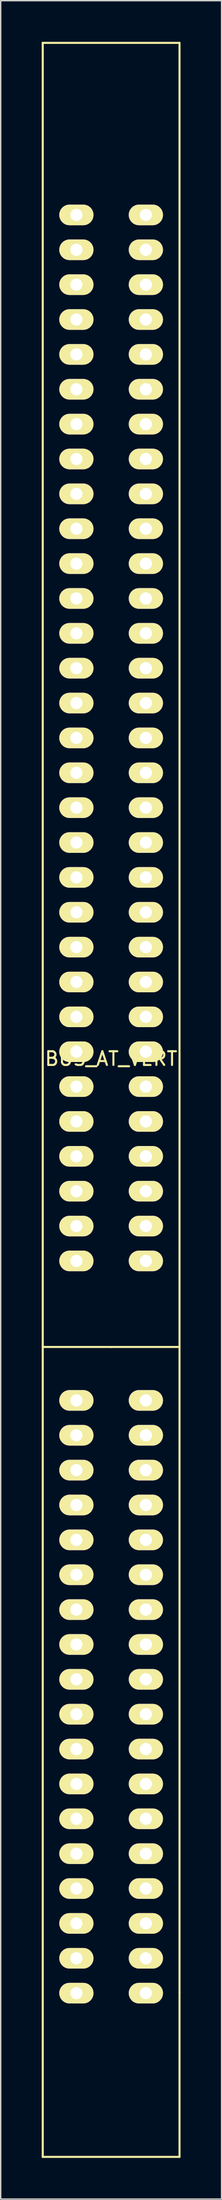
<source format=kicad_pcb>
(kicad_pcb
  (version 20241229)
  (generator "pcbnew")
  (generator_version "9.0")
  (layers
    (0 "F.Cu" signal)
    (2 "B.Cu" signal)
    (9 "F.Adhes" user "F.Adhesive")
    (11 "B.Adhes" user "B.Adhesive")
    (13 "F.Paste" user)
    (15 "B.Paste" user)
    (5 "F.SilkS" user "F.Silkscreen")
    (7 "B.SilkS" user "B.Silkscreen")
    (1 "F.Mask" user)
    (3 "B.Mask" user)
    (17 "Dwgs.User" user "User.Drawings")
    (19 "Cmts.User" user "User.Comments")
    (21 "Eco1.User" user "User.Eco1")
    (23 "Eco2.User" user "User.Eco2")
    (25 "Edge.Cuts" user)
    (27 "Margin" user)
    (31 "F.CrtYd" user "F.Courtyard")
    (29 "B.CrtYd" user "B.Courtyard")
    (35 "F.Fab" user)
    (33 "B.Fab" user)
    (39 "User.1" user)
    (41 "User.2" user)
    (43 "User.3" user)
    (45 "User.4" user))
  (footprint "BUS_AT_VERT"
    (layer "F.Cu")
    (at 5.075 74.075)
    (property "Reference" "BUS_AT_VERT" (at 0 0 0) (layer "F.SilkS") (effects (font (size 1 1) (thickness 0.15))))
    (attr through_hole)
    (fp_line (start -5 -74) (end 5 -74) (stroke (width 0.15) (type solid)) (layer "F.SilkS"))
    (fp_line (start -5 80) (end -5 -74) (stroke (width 0.15) (type solid)) (layer "F.SilkS"))
    (fp_line (start 0 21) (end -5 21) (stroke (width 0.15) (type solid)) (layer "F.SilkS"))
    (fp_line (start 0 21) (end 5 21) (stroke (width 0.15) (type solid)) (layer "F.SilkS"))
    (fp_line (start 5 -74) (end 5 68) (stroke (width 0.15) (type solid)) (layer "F.SilkS"))
    (fp_line (start 5 68) (end 5 80) (stroke (width 0.15) (type solid)) (layer "F.SilkS"))
    (fp_line (start 5 80) (end -5 80) (stroke (width 0.15) (type solid)) (layer "F.SilkS"))
    (pad "A1" thru_hole oval (at 2.54 -61.468) (size 2.5 1.5) (drill 0.89) (layers "*.Cu" "*.Mask" "F.SilkS"))
    (pad "A2" thru_hole oval (at 2.54 -58.928) (size 2.5 1.5) (drill 0.89) (layers "*.Cu" "*.Mask" "F.SilkS"))
    (pad "A3" thru_hole oval (at 2.54 -56.388) (size 2.5 1.5) (drill 0.89) (layers "*.Cu" "*.Mask" "F.SilkS"))
    (pad "A4" thru_hole oval (at 2.54 -53.848) (size 2.5 1.5) (drill 0.89) (layers "*.Cu" "*.Mask" "F.SilkS"))
    (pad "A5" thru_hole oval (at 2.54 -51.308) (size 2.5 1.5) (drill 0.89) (layers "*.Cu" "*.Mask" "F.SilkS"))
    (pad "A6" thru_hole oval (at 2.54 -48.768) (size 2.5 1.5) (drill 0.89) (layers "*.Cu" "*.Mask" "F.SilkS"))
    (pad "A7" thru_hole oval (at 2.54 -46.228) (size 2.5 1.5) (drill 0.89) (layers "*.Cu" "*.Mask" "F.SilkS"))
    (pad "A8" thru_hole oval (at 2.54 -43.688) (size 2.5 1.5) (drill 0.89) (layers "*.Cu" "*.Mask" "F.SilkS"))
    (pad "A9" thru_hole oval (at 2.54 -41.148) (size 2.5 1.5) (drill 0.89) (layers "*.Cu" "*.Mask" "F.SilkS"))
    (pad "A10" thru_hole oval (at 2.54 -38.608) (size 2.5 1.5) (drill 0.89) (layers "*.Cu" "*.Mask" "F.SilkS"))
    (pad "A11" thru_hole oval (at 2.54 -36.068) (size 2.5 1.5) (drill 0.89) (layers "*.Cu" "*.Mask" "F.SilkS"))
    (pad "A12" thru_hole oval (at 2.54 -33.528) (size 2.5 1.5) (drill 0.89) (layers "*.Cu" "*.Mask" "F.SilkS"))
    (pad "A13" thru_hole oval (at 2.54 -30.988) (size 2.5 1.5) (drill 0.89) (layers "*.Cu" "*.Mask" "F.SilkS"))
    (pad "A14" thru_hole oval (at 2.54 -28.448) (size 2.5 1.5) (drill 0.89) (layers "*.Cu" "*.Mask" "F.SilkS"))
    (pad "A15" thru_hole oval (at 2.54 -25.908) (size 2.5 1.5) (drill 0.89) (layers "*.Cu" "*.Mask" "F.SilkS"))
    (pad "A16" thru_hole oval (at 2.54 -23.368) (size 2.5 1.5) (drill 0.89) (layers "*.Cu" "*.Mask" "F.SilkS"))
    (pad "A17" thru_hole oval (at 2.54 -20.828) (size 2.5 1.5) (drill 0.89) (layers "*.Cu" "*.Mask" "F.SilkS"))
    (pad "A18" thru_hole oval (at 2.54 -18.288) (size 2.5 1.5) (drill 0.89) (layers "*.Cu" "*.Mask" "F.SilkS"))
    (pad "A19" thru_hole oval (at 2.54 -15.748) (size 2.5 1.5) (drill 0.89) (layers "*.Cu" "*.Mask" "F.SilkS"))
    (pad "A20" thru_hole oval (at 2.54 -13.208) (size 2.5 1.5) (drill 0.89) (layers "*.Cu" "*.Mask" "F.SilkS"))
    (pad "A21" thru_hole oval (at 2.54 -10.668) (size 2.5 1.5) (drill 0.89) (layers "*.Cu" "*.Mask" "F.SilkS"))
    (pad "A22" thru_hole oval (at 2.54 -8.128) (size 2.5 1.5) (drill 0.89) (layers "*.Cu" "*.Mask" "F.SilkS"))
    (pad "A23" thru_hole oval (at 2.54 -5.588) (size 2.5 1.5) (drill 0.89) (layers "*.Cu" "*.Mask" "F.SilkS"))
    (pad "A24" thru_hole oval (at 2.54 -3.048) (size 2.5 1.5) (drill 0.89) (layers "*.Cu" "*.Mask" "F.SilkS"))
    (pad "A25" thru_hole oval (at 2.54 -0.508) (size 2.5 1.5) (drill 0.89) (layers "*.Cu" "*.Mask" "F.SilkS"))
    (pad "A26" thru_hole oval (at 2.54 2.032) (size 2.5 1.5) (drill 0.89) (layers "*.Cu" "*.Mask" "F.SilkS"))
    (pad "A27" thru_hole oval (at 2.54 4.572) (size 2.5 1.5) (drill 0.89) (layers "*.Cu" "*.Mask" "F.SilkS"))
    (pad "A28" thru_hole oval (at 2.54 7.112) (size 2.5 1.5) (drill 0.89) (layers "*.Cu" "*.Mask" "F.SilkS"))
    (pad "A29" thru_hole oval (at 2.54 9.652) (size 2.5 1.5) (drill 0.89) (layers "*.Cu" "*.Mask" "F.SilkS"))
    (pad "A30" thru_hole oval (at 2.54 12.192) (size 2.5 1.5) (drill 0.89) (layers "*.Cu" "*.Mask" "F.SilkS"))
    (pad "A31" thru_hole oval (at 2.54 14.732) (size 2.5 1.5) (drill 0.89) (layers "*.Cu" "*.Mask" "F.SilkS"))
    (pad "B1" thru_hole oval (at -2.54 -61.468) (size 2.5 1.5) (drill 0.89) (layers "*.Cu" "*.Mask" "F.SilkS"))
    (pad "B2" thru_hole oval (at -2.54 -58.928) (size 2.5 1.5) (drill 0.89) (layers "*.Cu" "*.Mask" "F.SilkS"))
    (pad "B3" thru_hole oval (at -2.54 -56.388) (size 2.5 1.5) (drill 0.89) (layers "*.Cu" "*.Mask" "F.SilkS"))
    (pad "B4" thru_hole oval (at -2.54 -53.848) (size 2.5 1.5) (drill 0.89) (layers "*.Cu" "*.Mask" "F.SilkS"))
    (pad "B5" thru_hole oval (at -2.54 -51.308) (size 2.5 1.5) (drill 0.89) (layers "*.Cu" "*.Mask" "F.SilkS"))
    (pad "B6" thru_hole oval (at -2.54 -48.768) (size 2.5 1.5) (drill 0.89) (layers "*.Cu" "*.Mask" "F.SilkS"))
    (pad "B7" thru_hole oval (at -2.54 -46.228) (size 2.5 1.5) (drill 0.89) (layers "*.Cu" "*.Mask" "F.SilkS"))
    (pad "B8" thru_hole oval (at -2.54 -43.688) (size 2.5 1.5) (drill 0.89) (layers "*.Cu" "*.Mask" "F.SilkS"))
    (pad "B9" thru_hole oval (at -2.54 -41.148) (size 2.5 1.5) (drill 0.89) (layers "*.Cu" "*.Mask" "F.SilkS"))
    (pad "B10" thru_hole oval (at -2.54 -38.608) (size 2.5 1.5) (drill 0.89) (layers "*.Cu" "*.Mask" "F.SilkS"))
    (pad "B11" thru_hole oval (at -2.54 -36.068) (size 2.5 1.5) (drill 0.89) (layers "*.Cu" "*.Mask" "F.SilkS"))
    (pad "B12" thru_hole oval (at -2.54 -33.528) (size 2.5 1.5) (drill 0.89) (layers "*.Cu" "*.Mask" "F.SilkS"))
    (pad "B13" thru_hole oval (at -2.54 -30.988) (size 2.5 1.5) (drill 0.89) (layers "*.Cu" "*.Mask" "F.SilkS"))
    (pad "B14" thru_hole oval (at -2.54 -28.448) (size 2.5 1.5) (drill 0.89) (layers "*.Cu" "*.Mask" "F.SilkS"))
    (pad "B15" thru_hole oval (at -2.54 -25.908) (size 2.5 1.5) (drill 0.89) (layers "*.Cu" "*.Mask" "F.SilkS"))
    (pad "B16" thru_hole oval (at -2.54 -23.368) (size 2.5 1.5) (drill 0.89) (layers "*.Cu" "*.Mask" "F.SilkS"))
    (pad "B17" thru_hole oval (at -2.54 -20.828) (size 2.5 1.5) (drill 0.89) (layers "*.Cu" "*.Mask" "F.SilkS"))
    (pad "B18" thru_hole oval (at -2.54 -18.288) (size 2.5 1.5) (drill 0.89) (layers "*.Cu" "*.Mask" "F.SilkS"))
    (pad "B19" thru_hole oval (at -2.54 -15.748) (size 2.5 1.5) (drill 0.89) (layers "*.Cu" "*.Mask" "F.SilkS"))
    (pad "B20" thru_hole oval (at -2.54 -13.208) (size 2.5 1.5) (drill 0.89) (layers "*.Cu" "*.Mask" "F.SilkS"))
    (pad "B21" thru_hole oval (at -2.54 -10.668) (size 2.5 1.5) (drill 0.89) (layers "*.Cu" "*.Mask" "F.SilkS"))
    (pad "B22" thru_hole oval (at -2.54 -8.128) (size 2.5 1.5) (drill 0.89) (layers "*.Cu" "*.Mask" "F.SilkS"))
    (pad "B23" thru_hole oval (at -2.54 -5.588) (size 2.5 1.5) (drill 0.89) (layers "*.Cu" "*.Mask" "F.SilkS"))
    (pad "B24" thru_hole oval (at -2.54 -3.048) (size 2.5 1.5) (drill 0.89) (layers "*.Cu" "*.Mask" "F.SilkS"))
    (pad "B25" thru_hole oval (at -2.54 -0.508) (size 2.5 1.5) (drill 0.89) (layers "*.Cu" "*.Mask" "F.SilkS"))
    (pad "B26" thru_hole oval (at -2.54 2.032) (size 2.5 1.5) (drill 0.89) (layers "*.Cu" "*.Mask" "F.SilkS"))
    (pad "B27" thru_hole oval (at -2.54 4.572) (size 2.5 1.5) (drill 0.89) (layers "*.Cu" "*.Mask" "F.SilkS"))
    (pad "B28" thru_hole oval (at -2.54 7.112) (size 2.5 1.5) (drill 0.89) (layers "*.Cu" "*.Mask" "F.SilkS"))
    (pad "B29" thru_hole oval (at -2.54 9.652) (size 2.5 1.5) (drill 0.89) (layers "*.Cu" "*.Mask" "F.SilkS"))
    (pad "B30" thru_hole oval (at -2.54 12.192) (size 2.5 1.5) (drill 0.89) (layers "*.Cu" "*.Mask" "F.SilkS"))
    (pad "B31" thru_hole oval (at -2.54 14.732) (size 2.5 1.5) (drill 0.89) (layers "*.Cu" "*.Mask" "F.SilkS"))
    (pad "C1" thru_hole oval (at 2.54 24.892) (size 2.5 1.5) (drill 0.89) (layers "*.Cu" "*.Mask" "F.SilkS"))
    (pad "C2" thru_hole oval (at 2.54 27.432) (size 2.5 1.5) (drill 0.89) (layers "*.Cu" "*.Mask" "F.SilkS"))
    (pad "C3" thru_hole oval (at 2.54 29.972) (size 2.5 1.5) (drill 0.89) (layers "*.Cu" "*.Mask" "F.SilkS"))
    (pad "C4" thru_hole oval (at 2.54 32.512) (size 2.5 1.5) (drill 0.89) (layers "*.Cu" "*.Mask" "F.SilkS"))
    (pad "C5" thru_hole oval (at 2.54 35.052) (size 2.5 1.5) (drill 0.89) (layers "*.Cu" "*.Mask" "F.SilkS"))
    (pad "C6" thru_hole oval (at 2.54 37.592) (size 2.5 1.5) (drill 0.89) (layers "*.Cu" "*.Mask" "F.SilkS"))
    (pad "C7" thru_hole oval (at 2.54 40.132) (size 2.5 1.5) (drill 0.89) (layers "*.Cu" "*.Mask" "F.SilkS"))
    (pad "C8" thru_hole oval (at 2.54 42.672) (size 2.5 1.5) (drill 0.89) (layers "*.Cu" "*.Mask" "F.SilkS"))
    (pad "C9" thru_hole oval (at 2.54 45.212) (size 2.5 1.5) (drill 0.89) (layers "*.Cu" "*.Mask" "F.SilkS"))
    (pad "C10" thru_hole oval (at 2.54 47.752) (size 2.5 1.5) (drill 0.89) (layers "*.Cu" "*.Mask" "F.SilkS"))
    (pad "C11" thru_hole oval (at 2.54 50.292) (size 2.5 1.5) (drill 0.89) (layers "*.Cu" "*.Mask" "F.SilkS"))
    (pad "C12" thru_hole oval (at 2.54 52.832) (size 2.5 1.5) (drill 0.89) (layers "*.Cu" "*.Mask" "F.SilkS"))
    (pad "C13" thru_hole oval (at 2.54 55.372) (size 2.5 1.5) (drill 0.89) (layers "*.Cu" "*.Mask" "F.SilkS"))
    (pad "C14" thru_hole oval (at 2.54 57.912) (size 2.5 1.5) (drill 0.89) (layers "*.Cu" "*.Mask" "F.SilkS"))
    (pad "C15" thru_hole oval (at 2.54 60.452) (size 2.5 1.5) (drill 0.89) (layers "*.Cu" "*.Mask" "F.SilkS"))
    (pad "C16" thru_hole oval (at 2.54 62.992) (size 2.5 1.5) (drill 0.89) (layers "*.Cu" "*.Mask" "F.SilkS"))
    (pad "C17" thru_hole oval (at 2.54 65.532) (size 2.5 1.5) (drill 0.89) (layers "*.Cu" "*.Mask" "F.SilkS"))
    (pad "C18" thru_hole oval (at 2.54 68.072) (size 2.5 1.5) (drill 0.89) (layers "*.Cu" "*.Mask" "F.SilkS"))
    (pad "D1" thru_hole oval (at -2.54 24.892) (size 2.5 1.5) (drill 0.89) (layers "*.Cu" "*.Mask" "F.SilkS"))
    (pad "D2" thru_hole oval (at -2.54 27.432) (size 2.5 1.5) (drill 0.89) (layers "*.Cu" "*.Mask" "F.SilkS"))
    (pad "D3" thru_hole oval (at -2.54 29.972) (size 2.5 1.5) (drill 0.89) (layers "*.Cu" "*.Mask" "F.SilkS"))
    (pad "D4" thru_hole oval (at -2.54 32.512) (size 2.5 1.5) (drill 0.89) (layers "*.Cu" "*.Mask" "F.SilkS"))
    (pad "D5" thru_hole oval (at -2.54 35.052) (size 2.5 1.5) (drill 0.89) (layers "*.Cu" "*.Mask" "F.SilkS"))
    (pad "D6" thru_hole oval (at -2.54 37.592) (size 2.5 1.5) (drill 0.89) (layers "*.Cu" "*.Mask" "F.SilkS"))
    (pad "D7" thru_hole oval (at -2.54 40.132) (size 2.5 1.5) (drill 0.89) (layers "*.Cu" "*.Mask" "F.SilkS"))
    (pad "D8" thru_hole oval (at -2.54 42.672) (size 2.5 1.5) (drill 0.89) (layers "*.Cu" "*.Mask" "F.SilkS"))
    (pad "D9" thru_hole oval (at -2.54 45.212) (size 2.5 1.5) (drill 0.89) (layers "*.Cu" "*.Mask" "F.SilkS"))
    (pad "D10" thru_hole oval (at -2.54 47.752) (size 2.5 1.5) (drill 0.89) (layers "*.Cu" "*.Mask" "F.SilkS"))
    (pad "D11" thru_hole oval (at -2.54 50.292) (size 2.5 1.5) (drill 0.89) (layers "*.Cu" "*.Mask" "F.SilkS"))
    (pad "D12" thru_hole oval (at -2.54 52.832) (size 2.5 1.5) (drill 0.89) (layers "*.Cu" "*.Mask" "F.SilkS"))
    (pad "D13" thru_hole oval (at -2.54 55.372) (size 2.5 1.5) (drill 0.89) (layers "*.Cu" "*.Mask" "F.SilkS"))
    (pad "D14" thru_hole oval (at -2.54 57.912) (size 2.5 1.5) (drill 0.89) (layers "*.Cu" "*.Mask" "F.SilkS"))
    (pad "D15" thru_hole oval (at -2.54 60.452) (size 2.5 1.5) (drill 0.89) (layers "*.Cu" "*.Mask" "F.SilkS"))
    (pad "D16" thru_hole oval (at -2.54 62.992) (size 2.5 1.5) (drill 0.89) (layers "*.Cu" "*.Mask" "F.SilkS"))
    (pad "D17" thru_hole oval (at -2.54 65.532) (size 2.5 1.5) (drill 0.89) (layers "*.Cu" "*.Mask" "F.SilkS"))
    (pad "D18" thru_hole oval (at -2.54 68.072) (size 2.5 1.5) (drill 0.89) (layers "*.Cu" "*.Mask" "F.SilkS")))
  (gr_rect
    (start -3 -3)
    (end 13.15 157.15)
    (stroke (width 0.1) (type default))
    (fill no)
    (layer "Edge.Cuts")))
</source>
